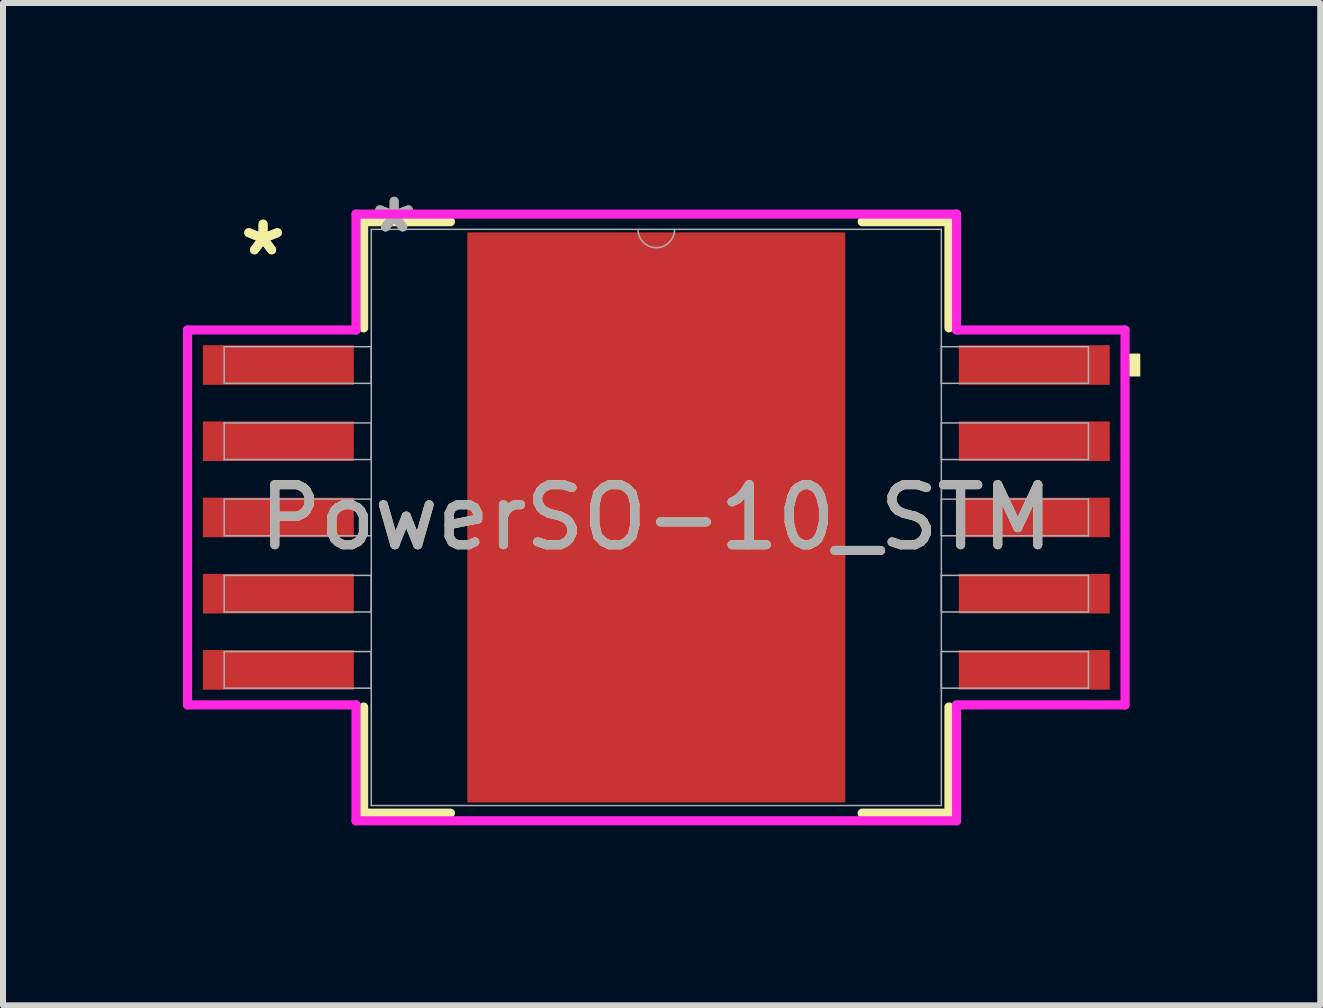
<source format=kicad_pcb>
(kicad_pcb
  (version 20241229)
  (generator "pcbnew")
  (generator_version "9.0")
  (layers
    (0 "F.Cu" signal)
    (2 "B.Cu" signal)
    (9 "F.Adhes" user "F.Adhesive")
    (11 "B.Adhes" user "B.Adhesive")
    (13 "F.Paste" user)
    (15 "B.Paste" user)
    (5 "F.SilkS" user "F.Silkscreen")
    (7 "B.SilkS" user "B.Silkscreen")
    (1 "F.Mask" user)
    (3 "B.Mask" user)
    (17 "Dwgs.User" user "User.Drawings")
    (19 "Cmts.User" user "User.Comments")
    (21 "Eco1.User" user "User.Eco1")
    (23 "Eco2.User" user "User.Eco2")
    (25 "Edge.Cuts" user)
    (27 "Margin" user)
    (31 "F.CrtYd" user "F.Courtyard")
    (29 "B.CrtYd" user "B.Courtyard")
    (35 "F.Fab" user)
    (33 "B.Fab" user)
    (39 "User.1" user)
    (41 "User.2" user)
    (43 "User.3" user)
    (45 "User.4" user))
  (footprint "PowerSO-10_STM"
    (layer "F.Cu")
    (at 7.887 5.573)
    (property "Reference" "PowerSO-10_STM" (at 0 0 0) (unlocked yes) (layer "F.SilkS") (effects (font (size 1 1) (thickness 0.15))))
    (attr smd)
    (fp_line (start -4.877 -4.928) (end -4.877 -3.159) (stroke (width 0.152) (type solid)) (layer "F.SilkS"))
    (fp_line (start -4.877 3.159) (end -4.877 4.928) (stroke (width 0.152) (type solid)) (layer "F.SilkS"))
    (fp_line (start -4.877 4.928) (end -3.431 4.928) (stroke (width 0.152) (type solid)) (layer "F.SilkS"))
    (fp_line (start -3.431 -4.928) (end -4.877 -4.928) (stroke (width 0.152) (type solid)) (layer "F.SilkS"))
    (fp_line (start 3.431 4.928) (end 4.877 4.928) (stroke (width 0.152) (type solid)) (layer "F.SilkS"))
    (fp_line (start 4.877 -4.928) (end 3.431 -4.928) (stroke (width 0.152) (type solid)) (layer "F.SilkS"))
    (fp_line (start 4.877 -3.159) (end 4.877 -4.928) (stroke (width 0.152) (type solid)) (layer "F.SilkS"))
    (fp_line (start 4.877 4.928) (end 4.877 3.159) (stroke (width 0.152) (type solid)) (layer "F.SilkS"))
    (fp_poly (pts (xy 8.065 -2.731) (xy 8.065 -2.349) (xy 7.811 -2.349) (xy 7.811 -2.731)) (stroke (width 0) (type solid)) (fill yes) (layer "F.SilkS"))
    (fp_poly (pts (xy -3.05 -4.65) (xy -3.05 -3.493) (xy -1.675 -3.493) (xy -1.675 -4.65)) (stroke (width 0) (type solid)) (fill yes) (layer "F.Paste"))
    (fp_poly (pts (xy -3.05 -3.293) (xy -3.05 -2.136) (xy -1.675 -2.136) (xy -1.675 -3.293)) (stroke (width 0) (type solid)) (fill yes) (layer "F.Paste"))
    (fp_poly (pts (xy -3.05 -1.936) (xy -3.05 -0.779) (xy -1.675 -0.779) (xy -1.675 -1.936)) (stroke (width 0) (type solid)) (fill yes) (layer "F.Paste"))
    (fp_poly (pts (xy -3.05 -0.579) (xy -3.05 0.579) (xy -1.675 0.579) (xy -1.675 -0.579)) (stroke (width 0) (type solid)) (fill yes) (layer "F.Paste"))
    (fp_poly (pts (xy -3.05 0.779) (xy -3.05 1.936) (xy -1.675 1.936) (xy -1.675 0.779)) (stroke (width 0) (type solid)) (fill yes) (layer "F.Paste"))
    (fp_poly (pts (xy -3.05 2.136) (xy -3.05 3.293) (xy -1.675 3.293) (xy -1.675 2.136)) (stroke (width 0) (type solid)) (fill yes) (layer "F.Paste"))
    (fp_poly (pts (xy -3.05 3.493) (xy -3.05 4.65) (xy -1.675 4.65) (xy -1.675 3.493)) (stroke (width 0) (type solid)) (fill yes) (layer "F.Paste"))
    (fp_poly (pts (xy -1.475 -4.65) (xy -1.475 -3.493) (xy -0.1 -3.493) (xy -0.1 -4.65)) (stroke (width 0) (type solid)) (fill yes) (layer "F.Paste"))
    (fp_poly (pts (xy -1.475 -3.293) (xy -1.475 -2.136) (xy -0.1 -2.136) (xy -0.1 -3.293)) (stroke (width 0) (type solid)) (fill yes) (layer "F.Paste"))
    (fp_poly (pts (xy -1.475 -1.936) (xy -1.475 -0.779) (xy -0.1 -0.779) (xy -0.1 -1.936)) (stroke (width 0) (type solid)) (fill yes) (layer "F.Paste"))
    (fp_poly (pts (xy -1.475 -0.579) (xy -1.475 0.579) (xy -0.1 0.579) (xy -0.1 -0.579)) (stroke (width 0) (type solid)) (fill yes) (layer "F.Paste"))
    (fp_poly (pts (xy -1.475 0.779) (xy -1.475 1.936) (xy -0.1 1.936) (xy -0.1 0.779)) (stroke (width 0) (type solid)) (fill yes) (layer "F.Paste"))
    (fp_poly (pts (xy -1.475 2.136) (xy -1.475 3.293) (xy -0.1 3.293) (xy -0.1 2.136)) (stroke (width 0) (type solid)) (fill yes) (layer "F.Paste"))
    (fp_poly (pts (xy -1.475 3.493) (xy -1.475 4.65) (xy -0.1 4.65) (xy -0.1 3.493)) (stroke (width 0) (type solid)) (fill yes) (layer "F.Paste"))
    (fp_poly (pts (xy 0.1 -4.65) (xy 0.1 -3.493) (xy 1.475 -3.493) (xy 1.475 -4.65)) (stroke (width 0) (type solid)) (fill yes) (layer "F.Paste"))
    (fp_poly (pts (xy 0.1 -3.293) (xy 0.1 -2.136) (xy 1.475 -2.136) (xy 1.475 -3.293)) (stroke (width 0) (type solid)) (fill yes) (layer "F.Paste"))
    (fp_poly (pts (xy 0.1 -1.936) (xy 0.1 -0.779) (xy 1.475 -0.779) (xy 1.475 -1.936)) (stroke (width 0) (type solid)) (fill yes) (layer "F.Paste"))
    (fp_poly (pts (xy 0.1 -0.579) (xy 0.1 0.579) (xy 1.475 0.579) (xy 1.475 -0.579)) (stroke (width 0) (type solid)) (fill yes) (layer "F.Paste"))
    (fp_poly (pts (xy 0.1 0.779) (xy 0.1 1.936) (xy 1.475 1.936) (xy 1.475 0.779)) (stroke (width 0) (type solid)) (fill yes) (layer "F.Paste"))
    (fp_poly (pts (xy 0.1 2.136) (xy 0.1 3.293) (xy 1.475 3.293) (xy 1.475 2.136)) (stroke (width 0) (type solid)) (fill yes) (layer "F.Paste"))
    (fp_poly (pts (xy 0.1 3.493) (xy 0.1 4.65) (xy 1.475 4.65) (xy 1.475 3.493)) (stroke (width 0) (type solid)) (fill yes) (layer "F.Paste"))
    (fp_poly (pts (xy 1.675 -4.65) (xy 1.675 -3.493) (xy 3.05 -3.493) (xy 3.05 -4.65)) (stroke (width 0) (type solid)) (fill yes) (layer "F.Paste"))
    (fp_poly (pts (xy 1.675 -3.293) (xy 1.675 -2.136) (xy 3.05 -2.136) (xy 3.05 -3.293)) (stroke (width 0) (type solid)) (fill yes) (layer "F.Paste"))
    (fp_poly (pts (xy 1.675 -1.936) (xy 1.675 -0.779) (xy 3.05 -0.779) (xy 3.05 -1.936)) (stroke (width 0) (type solid)) (fill yes) (layer "F.Paste"))
    (fp_poly (pts (xy 1.675 -0.579) (xy 1.675 0.579) (xy 3.05 0.579) (xy 3.05 -0.579)) (stroke (width 0) (type solid)) (fill yes) (layer "F.Paste"))
    (fp_poly (pts (xy 1.675 0.779) (xy 1.675 1.936) (xy 3.05 1.936) (xy 3.05 0.779)) (stroke (width 0) (type solid)) (fill yes) (layer "F.Paste"))
    (fp_poly (pts (xy 1.675 2.136) (xy 1.675 3.293) (xy 3.05 3.293) (xy 3.05 2.136)) (stroke (width 0) (type solid)) (fill yes) (layer "F.Paste"))
    (fp_poly (pts (xy 1.675 3.493) (xy 1.675 4.65) (xy 3.05 4.65) (xy 3.05 3.493)) (stroke (width 0) (type solid)) (fill yes) (layer "F.Paste"))
    (fp_line (start -7.811 -3.124) (end -5.004 -3.124) (stroke (width 0.152) (type solid)) (layer "F.CrtYd"))
    (fp_line (start -7.811 3.124) (end -7.811 -3.124) (stroke (width 0.152) (type solid)) (layer "F.CrtYd"))
    (fp_line (start -7.811 3.124) (end -5.004 3.124) (stroke (width 0.152) (type solid)) (layer "F.CrtYd"))
    (fp_line (start -5.004 -5.055) (end 5.004 -5.055) (stroke (width 0.152) (type solid)) (layer "F.CrtYd"))
    (fp_line (start -5.004 -3.124) (end -5.004 -5.055) (stroke (width 0.152) (type solid)) (layer "F.CrtYd"))
    (fp_line (start -5.004 5.055) (end -5.004 3.124) (stroke (width 0.152) (type solid)) (layer "F.CrtYd"))
    (fp_line (start 5.004 -5.055) (end 5.004 -3.124) (stroke (width 0.152) (type solid)) (layer "F.CrtYd"))
    (fp_line (start 5.004 3.124) (end 5.004 5.055) (stroke (width 0.152) (type solid)) (layer "F.CrtYd"))
    (fp_line (start 5.004 5.055) (end -5.004 5.055) (stroke (width 0.152) (type solid)) (layer "F.CrtYd"))
    (fp_line (start 7.811 -3.124) (end 5.004 -3.124) (stroke (width 0.152) (type solid)) (layer "F.CrtYd"))
    (fp_line (start 7.811 -3.124) (end 7.811 3.124) (stroke (width 0.152) (type solid)) (layer "F.CrtYd"))
    (fp_line (start 7.811 3.124) (end 5.004 3.124) (stroke (width 0.152) (type solid)) (layer "F.CrtYd"))
    (fp_line (start -7.201 -2.845) (end -7.201 -2.235) (stroke (width 0.025) (type solid)) (layer "F.Fab"))
    (fp_line (start -7.201 -2.235) (end -4.75 -2.235) (stroke (width 0.025) (type solid)) (layer "F.Fab"))
    (fp_line (start -7.201 -1.575) (end -7.201 -0.965) (stroke (width 0.025) (type solid)) (layer "F.Fab"))
    (fp_line (start -7.201 -0.965) (end -4.75 -0.965) (stroke (width 0.025) (type solid)) (layer "F.Fab"))
    (fp_line (start -7.201 -0.305) (end -7.201 0.305) (stroke (width 0.025) (type solid)) (layer "F.Fab"))
    (fp_line (start -7.201 0.305) (end -4.75 0.305) (stroke (width 0.025) (type solid)) (layer "F.Fab"))
    (fp_line (start -7.201 0.965) (end -7.201 1.575) (stroke (width 0.025) (type solid)) (layer "F.Fab"))
    (fp_line (start -7.201 1.575) (end -4.75 1.575) (stroke (width 0.025) (type solid)) (layer "F.Fab"))
    (fp_line (start -7.201 2.235) (end -7.201 2.845) (stroke (width 0.025) (type solid)) (layer "F.Fab"))
    (fp_line (start -7.201 2.845) (end -4.75 2.845) (stroke (width 0.025) (type solid)) (layer "F.Fab"))
    (fp_line (start -4.75 -4.801) (end -4.75 4.801) (stroke (width 0.025) (type solid)) (layer "F.Fab"))
    (fp_line (start -4.75 -2.845) (end -7.201 -2.845) (stroke (width 0.025) (type solid)) (layer "F.Fab"))
    (fp_line (start -4.75 -2.235) (end -4.75 -2.845) (stroke (width 0.025) (type solid)) (layer "F.Fab"))
    (fp_line (start -4.75 -1.575) (end -7.201 -1.575) (stroke (width 0.025) (type solid)) (layer "F.Fab"))
    (fp_line (start -4.75 -0.965) (end -4.75 -1.575) (stroke (width 0.025) (type solid)) (layer "F.Fab"))
    (fp_line (start -4.75 -0.305) (end -7.201 -0.305) (stroke (width 0.025) (type solid)) (layer "F.Fab"))
    (fp_line (start -4.75 0.305) (end -4.75 -0.305) (stroke (width 0.025) (type solid)) (layer "F.Fab"))
    (fp_line (start -4.75 0.965) (end -7.201 0.965) (stroke (width 0.025) (type solid)) (layer "F.Fab"))
    (fp_line (start -4.75 1.575) (end -4.75 0.965) (stroke (width 0.025) (type solid)) (layer "F.Fab"))
    (fp_line (start -4.75 2.235) (end -7.201 2.235) (stroke (width 0.025) (type solid)) (layer "F.Fab"))
    (fp_line (start -4.75 2.845) (end -4.75 2.235) (stroke (width 0.025) (type solid)) (layer "F.Fab"))
    (fp_line (start -4.75 4.801) (end 4.75 4.801) (stroke (width 0.025) (type solid)) (layer "F.Fab"))
    (fp_line (start 4.75 -4.801) (end -4.75 -4.801) (stroke (width 0.025) (type solid)) (layer "F.Fab"))
    (fp_line (start 4.75 -2.845) (end 4.75 -2.235) (stroke (width 0.025) (type solid)) (layer "F.Fab"))
    (fp_line (start 4.75 -2.235) (end 7.201 -2.235) (stroke (width 0.025) (type solid)) (layer "F.Fab"))
    (fp_line (start 4.75 -1.575) (end 4.75 -0.965) (stroke (width 0.025) (type solid)) (layer "F.Fab"))
    (fp_line (start 4.75 -0.965) (end 7.201 -0.965) (stroke (width 0.025) (type solid)) (layer "F.Fab"))
    (fp_line (start 4.75 -0.305) (end 4.75 0.305) (stroke (width 0.025) (type solid)) (layer "F.Fab"))
    (fp_line (start 4.75 0.305) (end 7.201 0.305) (stroke (width 0.025) (type solid)) (layer "F.Fab"))
    (fp_line (start 4.75 0.965) (end 4.75 1.575) (stroke (width 0.025) (type solid)) (layer "F.Fab"))
    (fp_line (start 4.75 1.575) (end 7.201 1.575) (stroke (width 0.025) (type solid)) (layer "F.Fab"))
    (fp_line (start 4.75 2.235) (end 4.75 2.845) (stroke (width 0.025) (type solid)) (layer "F.Fab"))
    (fp_line (start 4.75 2.845) (end 7.201 2.845) (stroke (width 0.025) (type solid)) (layer "F.Fab"))
    (fp_line (start 4.75 4.801) (end 4.75 -4.801) (stroke (width 0.025) (type solid)) (layer "F.Fab"))
    (fp_line (start 7.201 -2.845) (end 4.75 -2.845) (stroke (width 0.025) (type solid)) (layer "F.Fab"))
    (fp_line (start 7.201 -2.235) (end 7.201 -2.845) (stroke (width 0.025) (type solid)) (layer "F.Fab"))
    (fp_line (start 7.201 -1.575) (end 4.75 -1.575) (stroke (width 0.025) (type solid)) (layer "F.Fab"))
    (fp_line (start 7.201 -0.965) (end 7.201 -1.575) (stroke (width 0.025) (type solid)) (layer "F.Fab"))
    (fp_line (start 7.201 -0.305) (end 4.75 -0.305) (stroke (width 0.025) (type solid)) (layer "F.Fab"))
    (fp_line (start 7.201 0.305) (end 7.201 -0.305) (stroke (width 0.025) (type solid)) (layer "F.Fab"))
    (fp_line (start 7.201 0.965) (end 4.75 0.965) (stroke (width 0.025) (type solid)) (layer "F.Fab"))
    (fp_line (start 7.201 1.575) (end 7.201 0.965) (stroke (width 0.025) (type solid)) (layer "F.Fab"))
    (fp_line (start 7.201 2.235) (end 4.75 2.235) (stroke (width 0.025) (type solid)) (layer "F.Fab"))
    (fp_line (start 7.201 2.845) (end 7.201 2.235) (stroke (width 0.025) (type solid)) (layer "F.Fab"))
    (fp_arc (start 0.3048 -4.8006) (mid 0 -4.4958) (end -0.3048 -4.8006) (stroke (width 0.0254) (type solid)) (layer "F.Fab"))
    (fp_text user "*" (at -6.553 -4.343 0) (layer "F.SilkS") (effects (font (size 1 1) (thickness 0.15))))
    (fp_text user "*" (at -6.553 -4.343 0) (unlocked yes) (layer "F.SilkS") (effects (font (size 1 1) (thickness 0.15))))
    (fp_text user "${REFERENCE}" (at 0 0 0) (unlocked yes) (layer "F.Fab") (effects (font (size 1 1) (thickness 0.15))))
    (fp_text user "*" (at -4.369 -4.724 0) (layer "F.Fab") (effects (font (size 1 1) (thickness 0.15))))
    (fp_text user "*" (at -4.369 -4.724 0) (unlocked yes) (layer "F.Fab") (effects (font (size 1 1) (thickness 0.15))))
    (pad "1" smd rect (at -6.299 -2.54) (size 2.515 0.66) (layers "F.Cu" "F.Mask" "F.Paste"))
    (pad "2" smd rect (at -6.299 -1.27) (size 2.515 0.66) (layers "F.Cu" "F.Mask" "F.Paste"))
    (pad "3" smd rect (at -6.299 0) (size 2.515 0.66) (layers "F.Cu" "F.Mask" "F.Paste"))
    (pad "4" smd rect (at -6.299 1.27) (size 2.515 0.66) (layers "F.Cu" "F.Mask" "F.Paste"))
    (pad "5" smd rect (at -6.299 2.54) (size 2.515 0.66) (layers "F.Cu" "F.Mask" "F.Paste"))
    (pad "6" smd rect (at 6.299 2.54) (size 2.515 0.66) (layers "F.Cu" "F.Mask" "F.Paste"))
    (pad "7" smd rect (at 6.299 1.27) (size 2.515 0.66) (layers "F.Cu" "F.Mask" "F.Paste"))
    (pad "8" smd rect (at 6.299 0) (size 2.515 0.66) (layers "F.Cu" "F.Mask" "F.Paste"))
    (pad "9" smd rect (at 6.299 -1.27) (size 2.515 0.66) (layers "F.Cu" "F.Mask" "F.Paste"))
    (pad "10" smd rect (at 6.299 -2.54) (size 2.515 0.66) (layers "F.Cu" "F.Mask" "F.Paste"))
    (pad "EPAD" smd rect (at 0 0) (size 6.299 9.5) (layers "F.Cu" "F.Mask")))
  (gr_rect
    (start -3 -3)
    (end 18.951 13.703)
    (stroke (width 0.1) (type default))
    (fill no)
    (layer "Edge.Cuts")))
</source>
